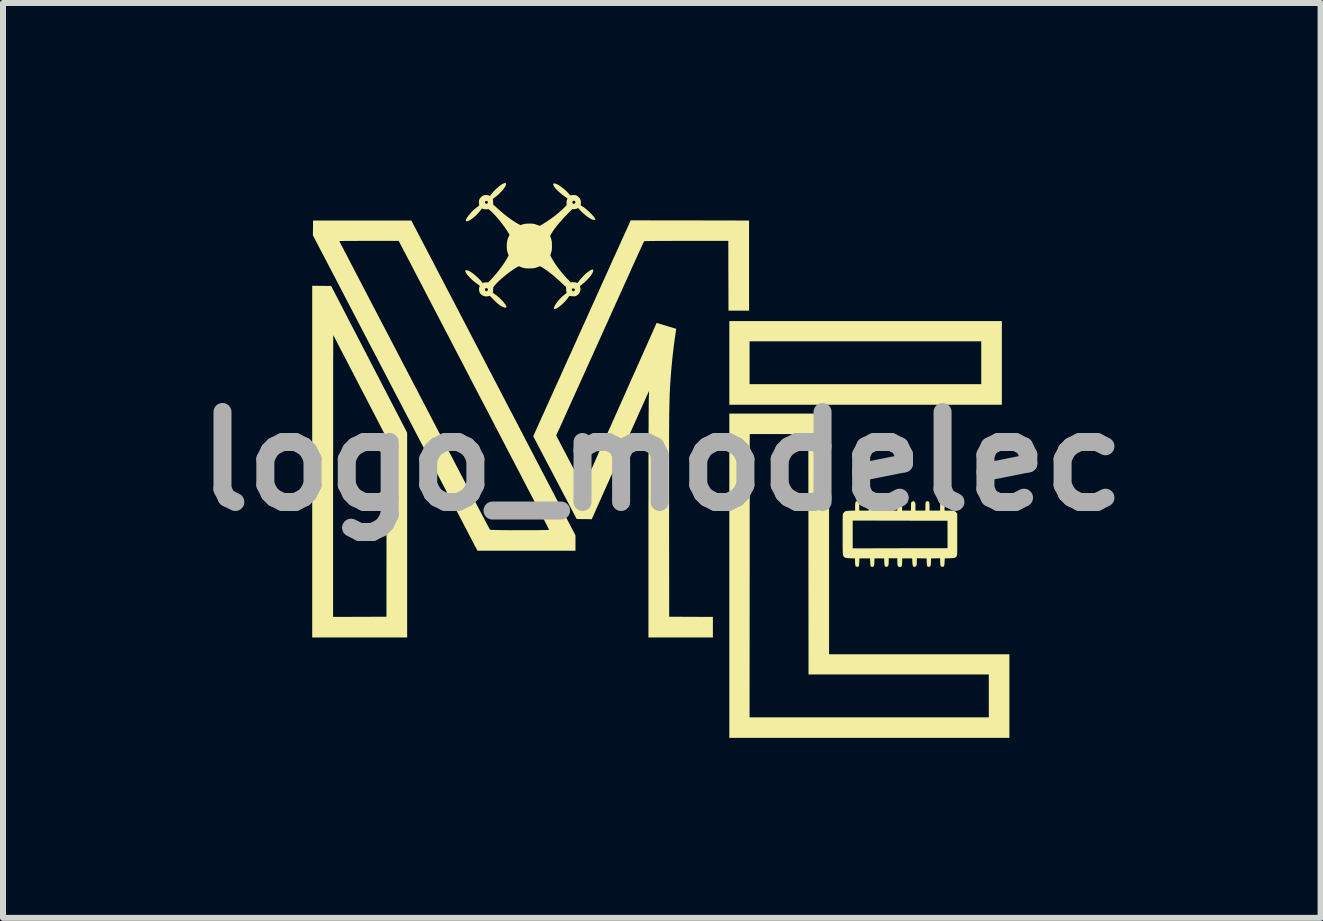
<source format=kicad_pcb>
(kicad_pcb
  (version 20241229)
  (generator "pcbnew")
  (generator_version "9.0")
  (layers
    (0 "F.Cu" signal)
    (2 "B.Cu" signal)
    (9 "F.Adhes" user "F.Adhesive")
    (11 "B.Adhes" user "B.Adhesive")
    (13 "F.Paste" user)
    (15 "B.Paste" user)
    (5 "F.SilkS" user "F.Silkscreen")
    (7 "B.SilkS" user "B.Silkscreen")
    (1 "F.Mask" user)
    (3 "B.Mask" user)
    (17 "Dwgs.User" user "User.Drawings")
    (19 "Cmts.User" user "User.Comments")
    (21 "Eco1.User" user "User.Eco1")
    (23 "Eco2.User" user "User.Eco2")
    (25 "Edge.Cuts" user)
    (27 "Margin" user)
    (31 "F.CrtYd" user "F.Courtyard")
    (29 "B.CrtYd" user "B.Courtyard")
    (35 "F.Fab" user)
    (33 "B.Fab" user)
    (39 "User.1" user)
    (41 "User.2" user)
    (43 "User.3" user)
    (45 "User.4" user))
  (footprint "logo_modelec"
    (layer "F.Cu")
    (at 7.979 4.637)
    (property "Reference" "logo_modelec" (at 0 0 0) (layer "F.Fab") (effects (font (size 1.5 1.5) (thickness 0.3))))
    (attr board_only exclude_from_pos_files exclude_from_bom)
    (fp_poly (pts (xy 5.666 -1.639) (xy 5.666 -0.942) (xy 3.396 -0.942) (xy 1.125 -0.942) (xy 1.125 -1.639) (xy 1.125 -1.999) (xy 1.462 -1.999) (xy 1.462 -1.642) (xy 1.462 -1.285) (xy 3.393 -1.285) (xy 5.323 -1.285) (xy 5.323 -1.642) (xy 5.323 -1.999) (xy 3.393 -1.999) (xy 1.462 -1.999) (xy 1.125 -1.999) (xy 1.125 -2.336) (xy 3.396 -2.336) (xy 5.666 -2.336)) (stroke (width 0) (type solid)) (fill yes) (layer "F.SilkS"))
    (fp_poly (pts (xy 2.787 1.211) (xy 2.787 3.216) (xy 4.289 3.216) (xy 5.792 3.216) (xy 5.792 3.913) (xy 5.792 4.609) (xy 3.458 4.609) (xy 1.125 4.609) (xy 1.125 4.267) (xy 1.462 4.267) (xy 3.456 4.267) (xy 5.449 4.267) (xy 5.449 3.91) (xy 5.449 3.553) (xy 3.947 3.553) (xy 2.445 3.553) (xy 2.443 1.549) (xy 2.442 -0.454) (xy 1.953 -0.454) (xy 1.465 -0.454) (xy 1.464 1.906) (xy 1.462 4.267) (xy 1.125 4.267) (xy 1.125 1.908) (xy 1.125 -0.794) (xy 1.956 -0.794) (xy 2.787 -0.794)) (stroke (width 0) (type solid)) (fill yes) (layer "F.SilkS"))
    (fp_poly (pts (xy -5.668 -2.923) (xy -5.511 -2.922) (xy -5.315 -2.545) (xy -5.29 -2.496) (xy -5.26 -2.438) (xy -5.226 -2.372) (xy -5.188 -2.298) (xy -5.146 -2.218) (xy -5.101 -2.132) (xy -5.054 -2.041) (xy -5.005 -1.946) (xy -4.955 -1.849) (xy -4.903 -1.749) (xy -4.851 -1.648) (xy -4.798 -1.546) (xy -4.746 -1.445) (xy -4.694 -1.346) (xy -4.682 -1.322) (xy -4.244 -0.476) (xy -4.244 1.23) (xy -4.244 2.936) (xy -5.035 2.936) (xy -5.826 2.936) (xy -5.826 2.593) (xy -5.478 2.593) (xy -5.033 2.592) (xy -4.589 2.59) (xy -4.588 1.101) (xy -4.586 -0.389) (xy -4.837 -0.873) (xy -4.911 -1.016) (xy -4.981 -1.15) (xy -5.045 -1.273) (xy -5.104 -1.387) (xy -5.158 -1.492) (xy -5.208 -1.588) (xy -5.253 -1.675) (xy -5.293 -1.753) (xy -5.33 -1.823) (xy -5.362 -1.884) (xy -5.389 -1.937) (xy -5.413 -1.983) (xy -5.433 -2.021) (xy -5.448 -2.051) (xy -5.46 -2.074) (xy -5.469 -2.09) (xy -5.474 -2.099) (xy -5.475 -2.101) (xy -5.475 -2.096) (xy -5.476 -2.079) (xy -5.476 -2.052) (xy -5.476 -2.015) (xy -5.476 -1.967) (xy -5.476 -1.91) (xy -5.476 -1.844) (xy -5.476 -1.769) (xy -5.477 -1.686) (xy -5.477 -1.595) (xy -5.477 -1.496) (xy -5.477 -1.389) (xy -5.477 -1.276) (xy -5.477 -1.157) (xy -5.477 -1.031) (xy -5.477 -0.899) (xy -5.477 -0.762) (xy -5.477 -0.62) (xy -5.477 -0.473) (xy -5.477 -0.322) (xy -5.477 -0.167) (xy -5.478 -0.009) (xy -5.478 0.153) (xy -5.478 0.245) (xy -5.478 2.593) (xy -5.826 2.593) (xy -5.826 0.006) (xy -5.826 -2.925)) (stroke (width 0) (type solid)) (fill yes) (layer "F.SilkS"))
    (fp_poly (pts (xy -3.87 -3.43) (xy -3.84 -3.372) (xy -3.805 -3.305) (xy -3.765 -3.229) (xy -3.722 -3.145) (xy -3.674 -3.054) (xy -3.623 -2.956) (xy -3.569 -2.852) (xy -3.511 -2.742) (xy -3.452 -2.628) (xy -3.39 -2.51) (xy -3.327 -2.388) (xy -3.262 -2.264) (xy -3.196 -2.137) (xy -3.13 -2.01) (xy -3.063 -1.881) (xy -2.996 -1.753) (xy -2.93 -1.626) (xy -2.864 -1.499) (xy -2.847 -1.468) (xy -2.781 -1.341) (xy -2.714 -1.212) (xy -2.646 -1.081) (xy -2.578 -0.95) (xy -2.509 -0.819) (xy -2.441 -0.688) (xy -2.374 -0.559) (xy -2.307 -0.431) (xy -2.243 -0.307) (xy -2.18 -0.186) (xy -2.119 -0.07) (xy -2.061 0.042) (xy -2.006 0.148) (xy -1.954 0.247) (xy -1.906 0.339) (xy -1.862 0.423) (xy -1.823 0.499) (xy -1.788 0.565) (xy -1.784 0.573) (xy -1.439 1.234) (xy -1.439 1.363) (xy -1.439 1.491) (xy -2.256 1.491) (xy -3.072 1.491) (xy -3.106 1.427) (xy -3.111 1.417) (xy -3.122 1.397) (xy -3.137 1.368) (xy -3.157 1.33) (xy -3.181 1.283) (xy -3.21 1.229) (xy -3.242 1.166) (xy -3.279 1.096) (xy -3.319 1.018) (xy -3.363 0.934) (xy -3.41 0.844) (xy -3.461 0.748) (xy -3.514 0.646) (xy -3.57 0.539) (xy -3.628 0.427) (xy -3.689 0.31) (xy -3.752 0.19) (xy -3.817 0.065) (xy -3.883 -0.062) (xy -3.951 -0.193) (xy -4.021 -0.326) (xy -4.074 -0.428) (xy -4.149 -0.572) (xy -4.224 -0.717) (xy -4.301 -0.863) (xy -4.377 -1.01) (xy -4.454 -1.156) (xy -4.53 -1.302) (xy -4.605 -1.447) (xy -4.68 -1.59) (xy -4.753 -1.731) (xy -4.825 -1.868) (xy -4.895 -2.002) (xy -4.962 -2.131) (xy -5.027 -2.256) (xy -5.089 -2.375) (xy -5.148 -2.488) (xy -5.204 -2.595) (xy -5.256 -2.694) (xy -5.303 -2.785) (xy -5.346 -2.868) (xy -5.385 -2.942) (xy -5.411 -2.993) (xy -5.765 -3.67) (xy -5.375 -3.67) (xy -5.372 -3.665) (xy -5.364 -3.65) (xy -5.352 -3.625) (xy -5.335 -3.592) (xy -5.313 -3.55) (xy -5.287 -3.5) (xy -5.256 -3.442) (xy -5.222 -3.376) (xy -5.185 -3.304) (xy -5.143 -3.224) (xy -5.099 -3.139) (xy -5.051 -3.047) (xy -5 -2.95) (xy -4.947 -2.847) (xy -4.891 -2.74) (xy -4.833 -2.628) (xy -4.772 -2.512) (xy -4.71 -2.393) (xy -4.646 -2.27) (xy -4.58 -2.144) (xy -4.52 -2.029) (xy -4.448 -1.891) (xy -4.375 -1.751) (xy -4.302 -1.61) (xy -4.227 -1.468) (xy -4.153 -1.325) (xy -4.079 -1.184) (xy -4.006 -1.043) (xy -3.933 -0.904) (xy -3.862 -0.768) (xy -3.793 -0.634) (xy -3.725 -0.505) (xy -3.66 -0.38) (xy -3.597 -0.26) (xy -3.538 -0.145) (xy -3.481 -0.037) (xy -3.429 0.064) (xy -3.38 0.157) (xy -3.336 0.242) (xy -3.296 0.318) (xy -3.269 0.371) (xy -3.223 0.458) (xy -3.179 0.543) (xy -3.136 0.624) (xy -3.096 0.701) (xy -3.058 0.774) (xy -3.022 0.842) (xy -2.989 0.905) (xy -2.959 0.961) (xy -2.933 1.011) (xy -2.91 1.054) (xy -2.892 1.088) (xy -2.877 1.115) (xy -2.868 1.132) (xy -2.863 1.14) (xy -2.862 1.141) (xy -2.855 1.142) (xy -2.838 1.143) (xy -2.812 1.144) (xy -2.777 1.145) (xy -2.735 1.146) (xy -2.686 1.147) (xy -2.633 1.147) (xy -2.575 1.148) (xy -2.514 1.148) (xy -2.45 1.148) (xy -2.386 1.149) (xy -2.321 1.149) (xy -2.257 1.149) (xy -2.194 1.148) (xy -2.135 1.148) (xy -2.079 1.148) (xy -2.028 1.147) (xy -1.983 1.146) (xy -1.945 1.146) (xy -1.915 1.145) (xy -1.893 1.144) (xy -1.881 1.143) (xy -1.879 1.142) (xy -1.882 1.136) (xy -1.889 1.121) (xy -1.901 1.097) (xy -1.916 1.066) (xy -1.935 1.029) (xy -1.957 0.987) (xy -1.982 0.94) (xy -2.008 0.89) (xy -2.023 0.861) (xy -2.039 0.83) (xy -2.056 0.797) (xy -2.074 0.762) (xy -2.094 0.724) (xy -2.115 0.684) (xy -2.138 0.64) (xy -2.163 0.592) (xy -2.19 0.541) (xy -2.219 0.485) (xy -2.25 0.425) (xy -2.284 0.359) (xy -2.321 0.289) (xy -2.36 0.213) (xy -2.403 0.131) (xy -2.449 0.043) (xy -2.498 -0.051) (xy -2.551 -0.152) (xy -2.607 -0.26) (xy -2.667 -0.376) (xy -2.732 -0.5) (xy -2.8 -0.631) (xy -2.873 -0.771) (xy -2.95 -0.92) (xy -3.033 -1.077) (xy -3.12 -1.244) (xy -3.212 -1.421) (xy -3.26 -1.514) (xy -3.313 -1.616) (xy -3.37 -1.726) (xy -3.431 -1.841) (xy -3.493 -1.962) (xy -3.557 -2.085) (xy -3.622 -2.209) (xy -3.687 -2.334) (xy -3.751 -2.457) (xy -3.813 -2.576) (xy -3.873 -2.691) (xy -3.93 -2.8) (xy -3.982 -2.901) (xy -4.009 -2.953) (xy -4.053 -3.036) (xy -4.095 -3.117) (xy -4.135 -3.194) (xy -4.173 -3.268) (xy -4.209 -3.337) (xy -4.243 -3.401) (xy -4.273 -3.459) (xy -4.301 -3.511) (xy -4.324 -3.556) (xy -4.344 -3.594) (xy -4.36 -3.624) (xy -4.371 -3.645) (xy -4.377 -3.657) (xy -4.379 -3.66) (xy -4.387 -3.673) (xy -4.881 -3.673) (xy -4.955 -3.673) (xy -5.025 -3.673) (xy -5.092 -3.672) (xy -5.153 -3.672) (xy -5.209 -3.672) (xy -5.258 -3.672) (xy -5.3 -3.671) (xy -5.333 -3.671) (xy -5.357 -3.671) (xy -5.371 -3.67) (xy -5.375 -3.67) (xy -5.765 -3.67) (xy -5.815 -3.766) (xy -5.813 -3.889) (xy -5.812 -4.012) (xy -4.993 -4.012) (xy -4.174 -4.012)) (stroke (width 0) (type solid)) (fill yes) (layer "F.SilkS"))
    (fp_poly (pts (xy 0.468 -4.014) (xy 1.454 -4.012) (xy 1.454 -3.261) (xy 1.454 -2.51) (xy 1.282 -2.51) (xy 1.111 -2.51) (xy 1.109 -3.091) (xy 1.108 -3.673) (xy 0.409 -3.673) (xy 0.302 -3.673) (xy 0.205 -3.673) (xy 0.119 -3.672) (xy 0.043 -3.672) (xy -0.024 -3.672) (xy -0.082 -3.672) (xy -0.132 -3.671) (xy -0.174 -3.671) (xy -0.209 -3.67) (xy -0.237 -3.67) (xy -0.259 -3.669) (xy -0.275 -3.668) (xy -0.287 -3.667) (xy -0.293 -3.666) (xy -0.296 -3.665) (xy -0.299 -3.659) (xy -0.307 -3.643) (xy -0.318 -3.618) (xy -0.334 -3.585) (xy -0.352 -3.544) (xy -0.374 -3.497) (xy -0.399 -3.443) (xy -0.426 -3.383) (xy -0.455 -3.319) (xy -0.486 -3.251) (xy -0.518 -3.179) (xy -0.544 -3.121) (xy -0.572 -3.06) (xy -0.604 -2.989) (xy -0.64 -2.91) (xy -0.679 -2.823) (xy -0.722 -2.728) (xy -0.767 -2.628) (xy -0.815 -2.522) (xy -0.864 -2.413) (xy -0.915 -2.299) (xy -0.968 -2.183) (xy -1.021 -2.065) (xy -1.074 -1.947) (xy -1.128 -1.828) (xy -1.181 -1.71) (xy -1.234 -1.594) (xy -1.273 -1.507) (xy -1.76 -0.429) (xy -1.535 -0.000279) (xy -1.501 0.065) (xy -1.469 0.127) (xy -1.438 0.185) (xy -1.41 0.238) (xy -1.384 0.287) (xy -1.362 0.33) (xy -1.342 0.365) (xy -1.327 0.394) (xy -1.316 0.414) (xy -1.31 0.426) (xy -1.308 0.428) (xy -1.305 0.423) (xy -1.298 0.409) (xy -1.287 0.385) (xy -1.273 0.354) (xy -1.256 0.317) (xy -1.236 0.273) (xy -1.214 0.224) (xy -1.191 0.172) (xy -1.167 0.119) (xy -1.15 0.081) (xy -1.129 0.034) (xy -1.104 -0.022) (xy -1.076 -0.087) (xy -1.043 -0.159) (xy -1.008 -0.238) (xy -0.97 -0.323) (xy -0.93 -0.413) (xy -0.888 -0.509) (xy -0.843 -0.608) (xy -0.798 -0.71) (xy -0.751 -0.815) (xy -0.703 -0.922) (xy -0.655 -1.03) (xy -0.607 -1.138) (xy -0.57 -1.222) (xy -0.524 -1.326) (xy -0.479 -1.426) (xy -0.435 -1.524) (xy -0.393 -1.618) (xy -0.353 -1.708) (xy -0.315 -1.793) (xy -0.279 -1.874) (xy -0.246 -1.948) (xy -0.216 -2.016) (xy -0.188 -2.078) (xy -0.164 -2.132) (xy -0.143 -2.179) (xy -0.126 -2.218) (xy -0.113 -2.247) (xy -0.104 -2.268) (xy -0.099 -2.279) (xy -0.099 -2.28) (xy -0.087 -2.306) (xy 0.075 -2.258) (xy 0.116 -2.245) (xy 0.153 -2.234) (xy 0.186 -2.224) (xy 0.211 -2.216) (xy 0.229 -2.211) (xy 0.238 -2.208) (xy 0.239 -2.207) (xy 0.239 -2.201) (xy 0.237 -2.187) (xy 0.234 -2.166) (xy 0.232 -2.15) (xy 0.213 -2.02) (xy 0.195 -1.881) (xy 0.178 -1.737) (xy 0.163 -1.589) (xy 0.151 -1.439) (xy 0.14 -1.292) (xy 0.14 -1.285) (xy 0.138 -1.252) (xy 0.136 -1.22) (xy 0.135 -1.187) (xy 0.133 -1.154) (xy 0.131 -1.12) (xy 0.13 -1.084) (xy 0.129 -1.047) (xy 0.128 -1.007) (xy 0.127 -0.964) (xy 0.126 -0.919) (xy 0.125 -0.87) (xy 0.124 -0.816) (xy 0.123 -0.758) (xy 0.123 -0.696) (xy 0.122 -0.627) (xy 0.122 -0.554) (xy 0.121 -0.473) (xy 0.121 -0.387) (xy 0.121 -0.293) (xy 0.121 -0.191) (xy 0.121 -0.082) (xy 0.121 0.036) (xy 0.121 0.163) (xy 0.121 0.299) (xy 0.121 0.445) (xy 0.121 0.601) (xy 0.121 0.768) (xy 0.121 0.917) (xy 0.123 2.59) (xy 0.487 2.592) (xy 0.851 2.593) (xy 0.851 2.765) (xy 0.851 2.936) (xy 0.314 2.936) (xy -0.223 2.936) (xy -0.223 1.018) (xy -0.223 0.869) (xy -0.223 0.723) (xy -0.222 0.579) (xy -0.222 0.438) (xy -0.222 0.301) (xy -0.222 0.168) (xy -0.222 0.039) (xy -0.222 -0.085) (xy -0.221 -0.203) (xy -0.221 -0.315) (xy -0.221 -0.421) (xy -0.221 -0.521) (xy -0.22 -0.612) (xy -0.22 -0.697) (xy -0.22 -0.773) (xy -0.219 -0.84) (xy -0.219 -0.899) (xy -0.218 -0.948) (xy -0.218 -0.986) (xy -0.218 -1.015) (xy -0.217 -1.032) (xy -0.217 -1.034) (xy -0.216 -1.072) (xy -0.215 -1.105) (xy -0.214 -1.134) (xy -0.213 -1.155) (xy -0.213 -1.167) (xy -0.214 -1.169) (xy -0.216 -1.164) (xy -0.223 -1.15) (xy -0.234 -1.126) (xy -0.249 -1.093) (xy -0.267 -1.053) (xy -0.288 -1.005) (xy -0.313 -0.95) (xy -0.34 -0.89) (xy -0.37 -0.824) (xy -0.401 -0.753) (xy -0.435 -0.677) (xy -0.47 -0.599) (xy -0.507 -0.517) (xy -0.51 -0.51) (xy -0.551 -0.418) (xy -0.593 -0.322) (xy -0.637 -0.225) (xy -0.681 -0.126) (xy -0.725 -0.028) (xy -0.768 0.069) (xy -0.81 0.164) (xy -0.85 0.254) (xy -0.888 0.339) (xy -0.923 0.417) (xy -0.955 0.488) (xy -0.982 0.55) (xy -0.986 0.558) (xy -1.167 0.965) (xy -1.293 0.964) (xy -1.419 0.962) (xy -1.781 0.273) (xy -2.143 -0.417) (xy -1.992 -0.753) (xy -1.972 -0.796) (xy -1.948 -0.849) (xy -1.921 -0.91) (xy -1.889 -0.979) (xy -1.855 -1.056) (xy -1.817 -1.139) (xy -1.778 -1.227) (xy -1.736 -1.319) (xy -1.692 -1.415) (xy -1.648 -1.515) (xy -1.602 -1.616) (xy -1.556 -1.718) (xy -1.509 -1.821) (xy -1.463 -1.923) (xy -1.439 -1.976) (xy -1.361 -2.15) (xy -1.287 -2.313) (xy -1.218 -2.467) (xy -1.153 -2.611) (xy -1.092 -2.746) (xy -1.035 -2.873) (xy -0.982 -2.99) (xy -0.932 -3.099) (xy -0.887 -3.2) (xy -0.845 -3.294) (xy -0.806 -3.38) (xy -0.77 -3.458) (xy -0.738 -3.53) (xy -0.708 -3.596) (xy -0.681 -3.655) (xy -0.657 -3.708) (xy -0.636 -3.756) (xy -0.617 -3.798) (xy -0.6 -3.835) (xy -0.585 -3.867) (xy -0.573 -3.895) (xy -0.562 -3.919) (xy -0.553 -3.939) (xy -0.545 -3.955) (xy -0.54 -3.969) (xy -0.535 -3.979) (xy -0.532 -3.986) (xy -0.529 -3.991) (xy -0.528 -3.994) (xy -0.518 -4.015)) (stroke (width 0) (type solid)) (fill yes) (layer "F.SilkS"))
    (fp_poly (pts (xy 3.991 0.671) (xy 3.997 0.676) (xy 4 0.682) (xy 4.002 0.691) (xy 4.003 0.706) (xy 4.004 0.729) (xy 4.004 0.751) (xy 4.004 0.822) (xy 4.078 0.822) (xy 4.152 0.822) (xy 4.152 0.754) (xy 4.153 0.725) (xy 4.153 0.706) (xy 4.155 0.693) (xy 4.157 0.685) (xy 4.162 0.679) (xy 4.167 0.674) (xy 4.183 0.665) (xy 4.196 0.664) (xy 4.21 0.674) (xy 4.213 0.677) (xy 4.219 0.683) (xy 4.223 0.691) (xy 4.225 0.701) (xy 4.226 0.717) (xy 4.227 0.74) (xy 4.227 0.757) (xy 4.227 0.822) (xy 4.309 0.822) (xy 4.392 0.822) (xy 4.392 0.752) (xy 4.393 0.719) (xy 4.394 0.696) (xy 4.398 0.68) (xy 4.404 0.672) (xy 4.413 0.667) (xy 4.426 0.666) (xy 4.428 0.666) (xy 4.44 0.668) (xy 4.449 0.673) (xy 4.455 0.683) (xy 4.459 0.701) (xy 4.461 0.727) (xy 4.461 0.755) (xy 4.461 0.822) (xy 4.549 0.822) (xy 4.638 0.822) (xy 4.638 0.763) (xy 4.638 0.736) (xy 4.64 0.713) (xy 4.642 0.695) (xy 4.644 0.689) (xy 4.654 0.674) (xy 4.67 0.667) (xy 4.688 0.668) (xy 4.703 0.677) (xy 4.708 0.682) (xy 4.709 0.69) (xy 4.711 0.707) (xy 4.712 0.73) (xy 4.712 0.755) (xy 4.712 0.822) (xy 4.787 0.822) (xy 4.824 0.823) (xy 4.852 0.825) (xy 4.872 0.829) (xy 4.888 0.836) (xy 4.901 0.846) (xy 4.91 0.856) (xy 4.923 0.871) (xy 4.923 1.22) (xy 4.923 1.292) (xy 4.923 1.353) (xy 4.923 1.405) (xy 4.923 1.448) (xy 4.923 1.482) (xy 4.922 1.51) (xy 4.922 1.532) (xy 4.921 1.549) (xy 4.92 1.561) (xy 4.918 1.569) (xy 4.917 1.575) (xy 4.915 1.58) (xy 4.913 1.583) (xy 4.912 1.584) (xy 4.902 1.595) (xy 4.892 1.603) (xy 4.878 1.609) (xy 4.86 1.612) (xy 4.835 1.615) (xy 4.801 1.616) (xy 4.795 1.616) (xy 4.715 1.619) (xy 4.712 1.68) (xy 4.71 1.712) (xy 4.707 1.734) (xy 4.701 1.749) (xy 4.693 1.756) (xy 4.682 1.759) (xy 4.678 1.759) (xy 4.664 1.758) (xy 4.653 1.753) (xy 4.646 1.743) (xy 4.642 1.726) (xy 4.64 1.7) (xy 4.639 1.68) (xy 4.637 1.616) (xy 4.562 1.618) (xy 4.487 1.619) (xy 4.485 1.679) (xy 4.483 1.712) (xy 4.48 1.734) (xy 4.474 1.749) (xy 4.465 1.756) (xy 4.453 1.759) (xy 4.45 1.759) (xy 4.437 1.758) (xy 4.428 1.754) (xy 4.422 1.746) (xy 4.419 1.731) (xy 4.416 1.708) (xy 4.415 1.684) (xy 4.412 1.619) (xy 4.331 1.618) (xy 4.25 1.616) (xy 4.249 1.672) (xy 4.249 1.705) (xy 4.246 1.729) (xy 4.24 1.744) (xy 4.232 1.753) (xy 4.219 1.758) (xy 4.215 1.758) (xy 4.2 1.758) (xy 4.19 1.754) (xy 4.184 1.744) (xy 4.179 1.727) (xy 4.176 1.701) (xy 4.175 1.68) (xy 4.172 1.619) (xy 4.09 1.619) (xy 4.007 1.619) (xy 4.005 1.674) (xy 4.004 1.705) (xy 4.003 1.726) (xy 4 1.741) (xy 3.996 1.75) (xy 3.99 1.755) (xy 3.984 1.758) (xy 3.971 1.764) (xy 3.961 1.764) (xy 3.949 1.758) (xy 3.947 1.757) (xy 3.938 1.75) (xy 3.931 1.742) (xy 3.927 1.729) (xy 3.925 1.71) (xy 3.924 1.682) (xy 3.924 1.672) (xy 3.924 1.616) (xy 3.853 1.616) (xy 3.781 1.616) (xy 3.781 1.672) (xy 3.78 1.705) (xy 3.777 1.729) (xy 3.772 1.744) (xy 3.763 1.753) (xy 3.751 1.758) (xy 3.746 1.758) (xy 3.732 1.758) (xy 3.722 1.754) (xy 3.715 1.744) (xy 3.711 1.727) (xy 3.708 1.701) (xy 3.707 1.68) (xy 3.704 1.619) (xy 3.624 1.619) (xy 3.544 1.619) (xy 3.542 1.679) (xy 3.541 1.712) (xy 3.537 1.734) (xy 3.532 1.749) (xy 3.523 1.756) (xy 3.511 1.759) (xy 3.508 1.759) (xy 3.495 1.758) (xy 3.486 1.754) (xy 3.48 1.746) (xy 3.476 1.731) (xy 3.474 1.708) (xy 3.473 1.684) (xy 3.47 1.619) (xy 3.381 1.619) (xy 3.293 1.619) (xy 3.29 1.684) (xy 3.288 1.714) (xy 3.286 1.735) (xy 3.282 1.749) (xy 3.275 1.756) (xy 3.265 1.759) (xy 3.255 1.759) (xy 3.242 1.757) (xy 3.232 1.751) (xy 3.226 1.738) (xy 3.222 1.717) (xy 3.22 1.686) (xy 3.22 1.679) (xy 3.219 1.619) (xy 3.141 1.616) (xy 3.109 1.615) (xy 3.087 1.613) (xy 3.071 1.611) (xy 3.059 1.608) (xy 3.05 1.603) (xy 3.047 1.601) (xy 3.04 1.596) (xy 3.034 1.591) (xy 3.029 1.585) (xy 3.025 1.578) (xy 3.022 1.568) (xy 3.019 1.554) (xy 3.017 1.537) (xy 3.015 1.513) (xy 3.014 1.484) (xy 3.014 1.448) (xy 3.013 1.404) (xy 3.013 1.351) (xy 3.013 1.288) (xy 3.013 1.216) (xy 3.013 1.145) (xy 3.013 1.086) (xy 3.013 1.035) (xy 3.013 0.994) (xy 3.013 0.988) (xy 3.181 0.988) (xy 3.181 1.219) (xy 3.181 1.451) (xy 3.971 1.449) (xy 4.761 1.448) (xy 4.761 1.219) (xy 4.761 0.991) (xy 3.971 0.99) (xy 3.181 0.988) (xy 3.013 0.988) (xy 3.014 0.96) (xy 3.014 0.934) (xy 3.015 0.913) (xy 3.016 0.898) (xy 3.017 0.886) (xy 3.018 0.878) (xy 3.02 0.873) (xy 3.022 0.868) (xy 3.025 0.865) (xy 3.025 0.865) (xy 3.037 0.85) (xy 3.048 0.839) (xy 3.062 0.832) (xy 3.08 0.828) (xy 3.104 0.825) (xy 3.137 0.824) (xy 3.145 0.823) (xy 3.221 0.822) (xy 3.221 0.755) (xy 3.222 0.721) (xy 3.224 0.697) (xy 3.228 0.681) (xy 3.235 0.671) (xy 3.244 0.667) (xy 3.255 0.666) (xy 3.268 0.667) (xy 3.278 0.671) (xy 3.284 0.679) (xy 3.288 0.693) (xy 3.289 0.716) (xy 3.29 0.747) (xy 3.29 0.752) (xy 3.29 0.822) (xy 3.37 0.822) (xy 3.45 0.822) (xy 3.45 0.752) (xy 3.45 0.719) (xy 3.452 0.696) (xy 3.455 0.68) (xy 3.461 0.672) (xy 3.47 0.667) (xy 3.483 0.666) (xy 3.485 0.666) (xy 3.498 0.668) (xy 3.507 0.673) (xy 3.513 0.683) (xy 3.517 0.701) (xy 3.518 0.727) (xy 3.518 0.755) (xy 3.518 0.822) (xy 3.601 0.822) (xy 3.684 0.822) (xy 3.684 0.754) (xy 3.684 0.725) (xy 3.685 0.706) (xy 3.686 0.693) (xy 3.689 0.685) (xy 3.694 0.679) (xy 3.699 0.674) (xy 3.715 0.665) (xy 3.728 0.664) (xy 3.742 0.674) (xy 3.744 0.677) (xy 3.75 0.683) (xy 3.754 0.691) (xy 3.757 0.701) (xy 3.758 0.717) (xy 3.758 0.74) (xy 3.758 0.757) (xy 3.758 0.822) (xy 3.841 0.822) (xy 3.924 0.822) (xy 3.924 0.757) (xy 3.924 0.728) (xy 3.925 0.708) (xy 3.926 0.696) (xy 3.93 0.687) (xy 3.935 0.68) (xy 3.938 0.677) (xy 3.956 0.665) (xy 3.976 0.664)) (stroke (width 0) (type solid)) (fill yes) (layer "F.SilkS"))
    (fp_poly (pts (xy -2.598 -4.631) (xy -2.595 -4.619) (xy -2.6 -4.601) (xy -2.61 -4.579) (xy -2.626 -4.554) (xy -2.647 -4.526) (xy -2.673 -4.497) (xy -2.701 -4.467) (xy -2.732 -4.438) (xy -2.765 -4.411) (xy -2.788 -4.394) (xy -2.805 -4.381) (xy -2.814 -4.372) (xy -2.816 -4.365) (xy -2.815 -4.361) (xy -2.813 -4.349) (xy -2.811 -4.331) (xy -2.811 -4.314) (xy -2.81 -4.279) (xy -2.733 -4.209) (xy -2.652 -4.138) (xy -2.575 -4.076) (xy -2.502 -4.023) (xy -2.434 -3.979) (xy -2.398 -3.958) (xy -2.354 -3.935) (xy -2.318 -3.948) (xy -2.299 -3.953) (xy -2.281 -3.957) (xy -2.259 -3.959) (xy -2.231 -3.961) (xy -2.21 -3.961) (xy -2.179 -3.961) (xy -2.156 -3.96) (xy -2.138 -3.957) (xy -2.12 -3.953) (xy -2.099 -3.947) (xy -2.087 -3.942) (xy -2.035 -3.924) (xy -2.007 -3.939) (xy -1.984 -3.952) (xy -1.955 -3.971) (xy -1.92 -3.993) (xy -1.884 -4.017) (xy -1.848 -4.042) (xy -1.815 -4.066) (xy -1.787 -4.087) (xy -1.771 -4.099) (xy -1.748 -4.118) (xy -1.722 -4.14) (xy -1.695 -4.164) (xy -1.668 -4.188) (xy -1.643 -4.211) (xy -1.621 -4.232) (xy -1.604 -4.249) (xy -1.592 -4.262) (xy -1.587 -4.268) (xy -1.587 -4.268) (xy -1.587 -4.278) (xy -1.587 -4.294) (xy -1.588 -4.307) (xy -1.587 -4.315) (xy -1.491 -4.315) (xy -1.486 -4.3) (xy -1.475 -4.291) (xy -1.461 -4.291) (xy -1.448 -4.298) (xy -1.44 -4.313) (xy -1.443 -4.328) (xy -1.451 -4.337) (xy -1.467 -4.343) (xy -1.48 -4.339) (xy -1.489 -4.326) (xy -1.491 -4.315) (xy -1.587 -4.315) (xy -1.587 -4.331) (xy -1.582 -4.353) (xy -1.58 -4.36) (xy -1.571 -4.381) (xy -1.604 -4.402) (xy -1.641 -4.428) (xy -1.678 -4.458) (xy -1.714 -4.489) (xy -1.747 -4.521) (xy -1.775 -4.55) (xy -1.795 -4.577) (xy -1.798 -4.582) (xy -1.808 -4.602) (xy -1.809 -4.618) (xy -1.802 -4.629) (xy -1.795 -4.631) (xy -1.777 -4.629) (xy -1.753 -4.62) (xy -1.724 -4.605) (xy -1.693 -4.585) (xy -1.659 -4.56) (xy -1.626 -4.534) (xy -1.594 -4.505) (xy -1.565 -4.476) (xy -1.554 -4.463) (xy -1.538 -4.445) (xy -1.528 -4.435) (xy -1.52 -4.431) (xy -1.513 -4.432) (xy -1.51 -4.433) (xy -1.489 -4.437) (xy -1.462 -4.437) (xy -1.436 -4.434) (xy -1.427 -4.432) (xy -1.404 -4.419) (xy -1.382 -4.399) (xy -1.364 -4.375) (xy -1.356 -4.36) (xy -1.35 -4.337) (xy -1.349 -4.312) (xy -1.35 -4.299) (xy -1.351 -4.279) (xy -1.351 -4.267) (xy -1.347 -4.261) (xy -1.34 -4.257) (xy -1.338 -4.256) (xy -1.315 -4.243) (xy -1.289 -4.224) (xy -1.26 -4.201) (xy -1.23 -4.175) (xy -1.2 -4.147) (xy -1.172 -4.119) (xy -1.148 -4.092) (xy -1.128 -4.068) (xy -1.115 -4.047) (xy -1.108 -4.031) (xy -1.108 -4.028) (xy -1.113 -4.023) (xy -1.126 -4.021) (xy -1.144 -4.024) (xy -1.165 -4.031) (xy -1.174 -4.034) (xy -1.204 -4.051) (xy -1.239 -4.075) (xy -1.276 -4.103) (xy -1.312 -4.135) (xy -1.345 -4.166) (xy -1.373 -4.196) (xy -1.381 -4.206) (xy -1.389 -4.216) (xy -1.396 -4.218) (xy -1.407 -4.214) (xy -1.412 -4.212) (xy -1.43 -4.206) (xy -1.453 -4.202) (xy -1.462 -4.201) (xy -1.494 -4.201) (xy -1.573 -4.121) (xy -1.62 -4.072) (xy -1.666 -4.022) (xy -1.709 -3.972) (xy -1.75 -3.923) (xy -1.786 -3.876) (xy -1.816 -3.833) (xy -1.839 -3.796) (xy -1.85 -3.778) (xy -1.861 -3.754) (xy -1.846 -3.712) (xy -1.84 -3.692) (xy -1.836 -3.675) (xy -1.833 -3.655) (xy -1.832 -3.632) (xy -1.831 -3.6) (xy -1.831 -3.596) (xy -1.831 -3.562) (xy -1.832 -3.536) (xy -1.835 -3.516) (xy -1.839 -3.496) (xy -1.845 -3.476) (xy -1.858 -3.431) (xy -1.838 -3.391) (xy -1.808 -3.338) (xy -1.771 -3.281) (xy -1.728 -3.221) (xy -1.681 -3.161) (xy -1.631 -3.102) (xy -1.58 -3.046) (xy -1.577 -3.043) (xy -1.518 -2.982) (xy -1.489 -2.985) (xy -1.453 -2.984) (xy -1.431 -2.979) (xy -1.413 -2.973) (xy -1.403 -2.973) (xy -1.4 -2.976) (xy -1.394 -2.986) (xy -1.382 -3.003) (xy -1.364 -3.025) (xy -1.343 -3.049) (xy -1.32 -3.074) (xy -1.297 -3.097) (xy -1.282 -3.113) (xy -1.255 -3.137) (xy -1.228 -3.158) (xy -1.202 -3.176) (xy -1.179 -3.189) (xy -1.161 -3.196) (xy -1.151 -3.196) (xy -1.143 -3.188) (xy -1.143 -3.173) (xy -1.15 -3.152) (xy -1.162 -3.126) (xy -1.181 -3.098) (xy -1.186 -3.09) (xy -1.204 -3.069) (xy -1.227 -3.043) (xy -1.253 -3.016) (xy -1.28 -2.99) (xy -1.306 -2.967) (xy -1.328 -2.949) (xy -1.335 -2.943) (xy -1.352 -2.931) (xy -1.361 -2.921) (xy -1.363 -2.914) (xy -1.362 -2.91) (xy -1.356 -2.871) (xy -1.36 -2.835) (xy -1.374 -2.803) (xy -1.397 -2.776) (xy -1.424 -2.758) (xy -1.441 -2.751) (xy -1.459 -2.748) (xy -1.482 -2.749) (xy -1.502 -2.751) (xy -1.52 -2.754) (xy -1.528 -2.756) (xy -1.536 -2.756) (xy -1.544 -2.75) (xy -1.555 -2.737) (xy -1.558 -2.732) (xy -1.581 -2.7) (xy -1.61 -2.666) (xy -1.643 -2.633) (xy -1.678 -2.601) (xy -1.712 -2.574) (xy -1.743 -2.553) (xy -1.752 -2.548) (xy -1.773 -2.539) (xy -1.788 -2.537) (xy -1.796 -2.542) (xy -1.797 -2.544) (xy -1.797 -2.559) (xy -1.79 -2.58) (xy -1.776 -2.606) (xy -1.757 -2.635) (xy -1.734 -2.665) (xy -1.707 -2.697) (xy -1.679 -2.727) (xy -1.649 -2.755) (xy -1.62 -2.778) (xy -1.602 -2.792) (xy -1.591 -2.802) (xy -1.587 -2.809) (xy -1.587 -2.816) (xy -1.589 -2.821) (xy -1.592 -2.835) (xy -1.594 -2.855) (xy -1.594 -2.859) (xy -1.501 -2.859) (xy -1.498 -2.848) (xy -1.487 -2.836) (xy -1.473 -2.833) (xy -1.459 -2.84) (xy -1.454 -2.846) (xy -1.448 -2.857) (xy -1.451 -2.866) (xy -1.453 -2.87) (xy -1.464 -2.879) (xy -1.48 -2.881) (xy -1.493 -2.877) (xy -1.498 -2.872) (xy -1.501 -2.859) (xy -1.594 -2.859) (xy -1.595 -2.869) (xy -1.595 -2.902) (xy -1.667 -2.97) (xy -1.739 -3.036) (xy -1.805 -3.093) (xy -1.866 -3.142) (xy -1.922 -3.184) (xy -1.975 -3.219) (xy -1.987 -3.227) (xy -2.008 -3.239) (xy -2.021 -3.246) (xy -2.031 -3.248) (xy -2.04 -3.247) (xy -2.047 -3.245) (xy -2.08 -3.232) (xy -2.107 -3.223) (xy -2.132 -3.218) (xy -2.159 -3.215) (xy -2.191 -3.214) (xy -2.208 -3.214) (xy -2.243 -3.214) (xy -2.271 -3.216) (xy -2.295 -3.22) (xy -2.32 -3.226) (xy -2.349 -3.237) (xy -2.368 -3.245) (xy -2.377 -3.248) (xy -2.385 -3.248) (xy -2.395 -3.245) (xy -2.41 -3.237) (xy -2.431 -3.224) (xy -2.434 -3.223) (xy -2.482 -3.191) (xy -2.535 -3.154) (xy -2.59 -3.112) (xy -2.644 -3.067) (xy -2.695 -3.023) (xy -2.74 -2.98) (xy -2.774 -2.944) (xy -2.791 -2.924) (xy -2.802 -2.911) (xy -2.808 -2.9) (xy -2.811 -2.89) (xy -2.811 -2.877) (xy -2.811 -2.871) (xy -2.811 -2.851) (xy -2.813 -2.833) (xy -2.815 -2.826) (xy -2.817 -2.819) (xy -2.816 -2.812) (xy -2.811 -2.805) (xy -2.799 -2.796) (xy -2.78 -2.782) (xy -2.774 -2.778) (xy -2.743 -2.755) (xy -2.712 -2.728) (xy -2.682 -2.7) (xy -2.654 -2.671) (xy -2.63 -2.643) (xy -2.61 -2.617) (xy -2.596 -2.595) (xy -2.589 -2.577) (xy -2.59 -2.567) (xy -2.598 -2.56) (xy -2.613 -2.56) (xy -2.635 -2.566) (xy -2.661 -2.578) (xy -2.691 -2.595) (xy -2.722 -2.617) (xy -2.724 -2.618) (xy -2.74 -2.632) (xy -2.762 -2.652) (xy -2.786 -2.675) (xy -2.81 -2.7) (xy -2.812 -2.702) (xy -2.834 -2.725) (xy -2.85 -2.741) (xy -2.861 -2.751) (xy -2.869 -2.755) (xy -2.875 -2.756) (xy -2.881 -2.754) (xy -2.882 -2.754) (xy -2.896 -2.75) (xy -2.916 -2.748) (xy -2.928 -2.747) (xy -2.964 -2.752) (xy -2.994 -2.767) (xy -3.019 -2.788) (xy -3.037 -2.816) (xy -3.046 -2.848) (xy -3.046 -2.863) (xy -2.947 -2.863) (xy -2.943 -2.845) (xy -2.933 -2.835) (xy -2.92 -2.834) (xy -2.906 -2.842) (xy -2.897 -2.857) (xy -2.899 -2.871) (xy -2.91 -2.882) (xy -2.926 -2.887) (xy -2.939 -2.883) (xy -2.946 -2.87) (xy -2.947 -2.863) (xy -3.046 -2.863) (xy -3.046 -2.883) (xy -3.036 -2.919) (xy -3.037 -2.925) (xy -3.045 -2.934) (xy -3.062 -2.947) (xy -3.078 -2.958) (xy -3.112 -2.982) (xy -3.145 -3.009) (xy -3.178 -3.039) (xy -3.208 -3.07) (xy -3.235 -3.1) (xy -3.256 -3.127) (xy -3.269 -3.15) (xy -3.274 -3.163) (xy -3.274 -3.177) (xy -3.266 -3.184) (xy -3.25 -3.184) (xy -3.228 -3.178) (xy -3.2 -3.165) (xy -3.192 -3.16) (xy -3.166 -3.143) (xy -3.136 -3.121) (xy -3.105 -3.095) (xy -3.074 -3.067) (xy -3.045 -3.039) (xy -3.02 -3.013) (xy -3.002 -2.99) (xy -2.994 -2.978) (xy -2.988 -2.973) (xy -2.978 -2.974) (xy -2.974 -2.976) (xy -2.959 -2.979) (xy -2.939 -2.981) (xy -2.925 -2.982) (xy -2.891 -2.982) (xy -2.847 -3.028) (xy -2.8 -3.08) (xy -2.753 -3.135) (xy -2.709 -3.19) (xy -2.668 -3.245) (xy -2.631 -3.297) (xy -2.6 -3.345) (xy -2.576 -3.388) (xy -2.573 -3.392) (xy -2.554 -3.431) (xy -2.569 -3.476) (xy -2.576 -3.5) (xy -2.58 -3.521) (xy -2.583 -3.545) (xy -2.584 -3.574) (xy -2.584 -3.587) (xy -2.582 -3.633) (xy -2.577 -3.672) (xy -2.568 -3.707) (xy -2.553 -3.742) (xy -2.55 -3.747) (xy -2.537 -3.774) (xy -2.574 -3.833) (xy -2.608 -3.885) (xy -2.647 -3.938) (xy -2.688 -3.993) (xy -2.731 -4.045) (xy -2.774 -4.093) (xy -2.814 -4.135) (xy -2.847 -4.167) (xy -2.886 -4.201) (xy -2.924 -4.199) (xy -2.954 -4.2) (xy -2.975 -4.205) (xy -2.978 -4.207) (xy -2.991 -4.212) (xy -2.998 -4.211) (xy -2.999 -4.211) (xy -3.004 -4.205) (xy -3.014 -4.192) (xy -3.027 -4.175) (xy -3.032 -4.169) (xy -3.058 -4.138) (xy -3.087 -4.107) (xy -3.117 -4.079) (xy -3.147 -4.054) (xy -3.176 -4.033) (xy -3.203 -4.016) (xy -3.227 -4.004) (xy -3.246 -3.999) (xy -3.259 -4.001) (xy -3.265 -4.007) (xy -3.265 -4.021) (xy -3.257 -4.041) (xy -3.243 -4.065) (xy -3.223 -4.093) (xy -3.199 -4.122) (xy -3.172 -4.152) (xy -3.143 -4.182) (xy -3.113 -4.209) (xy -3.084 -4.232) (xy -3.079 -4.235) (xy -3.057 -4.252) (xy -3.045 -4.264) (xy -3.042 -4.272) (xy -3.042 -4.272) (xy -3.047 -4.293) (xy -3.049 -4.316) (xy -2.947 -4.316) (xy -2.943 -4.3) (xy -2.932 -4.291) (xy -2.919 -4.291) (xy -2.905 -4.301) (xy -2.898 -4.315) (xy -2.901 -4.328) (xy -2.913 -4.338) (xy -2.916 -4.339) (xy -2.933 -4.338) (xy -2.944 -4.329) (xy -2.947 -4.316) (xy -3.049 -4.316) (xy -3.049 -4.319) (xy -3.047 -4.343) (xy -3.044 -4.355) (xy -3.031 -4.382) (xy -3.009 -4.406) (xy -2.984 -4.425) (xy -2.973 -4.43) (xy -2.951 -4.435) (xy -2.926 -4.437) (xy -2.902 -4.435) (xy -2.882 -4.43) (xy -2.875 -4.426) (xy -2.868 -4.422) (xy -2.861 -4.426) (xy -2.854 -4.435) (xy -2.828 -4.468) (xy -2.798 -4.502) (xy -2.766 -4.534) (xy -2.734 -4.563) (xy -2.702 -4.59) (xy -2.672 -4.611) (xy -2.645 -4.627) (xy -2.623 -4.636) (xy -2.609 -4.637)) (stroke (width 0) (type solid)) (fill yes) (layer "F.SilkS")))
  (gr_rect
    (start -3 -3)
    (end 18.957 12.246)
    (stroke (width 0.1) (type default))
    (fill no)
    (layer "Edge.Cuts")))
</source>
